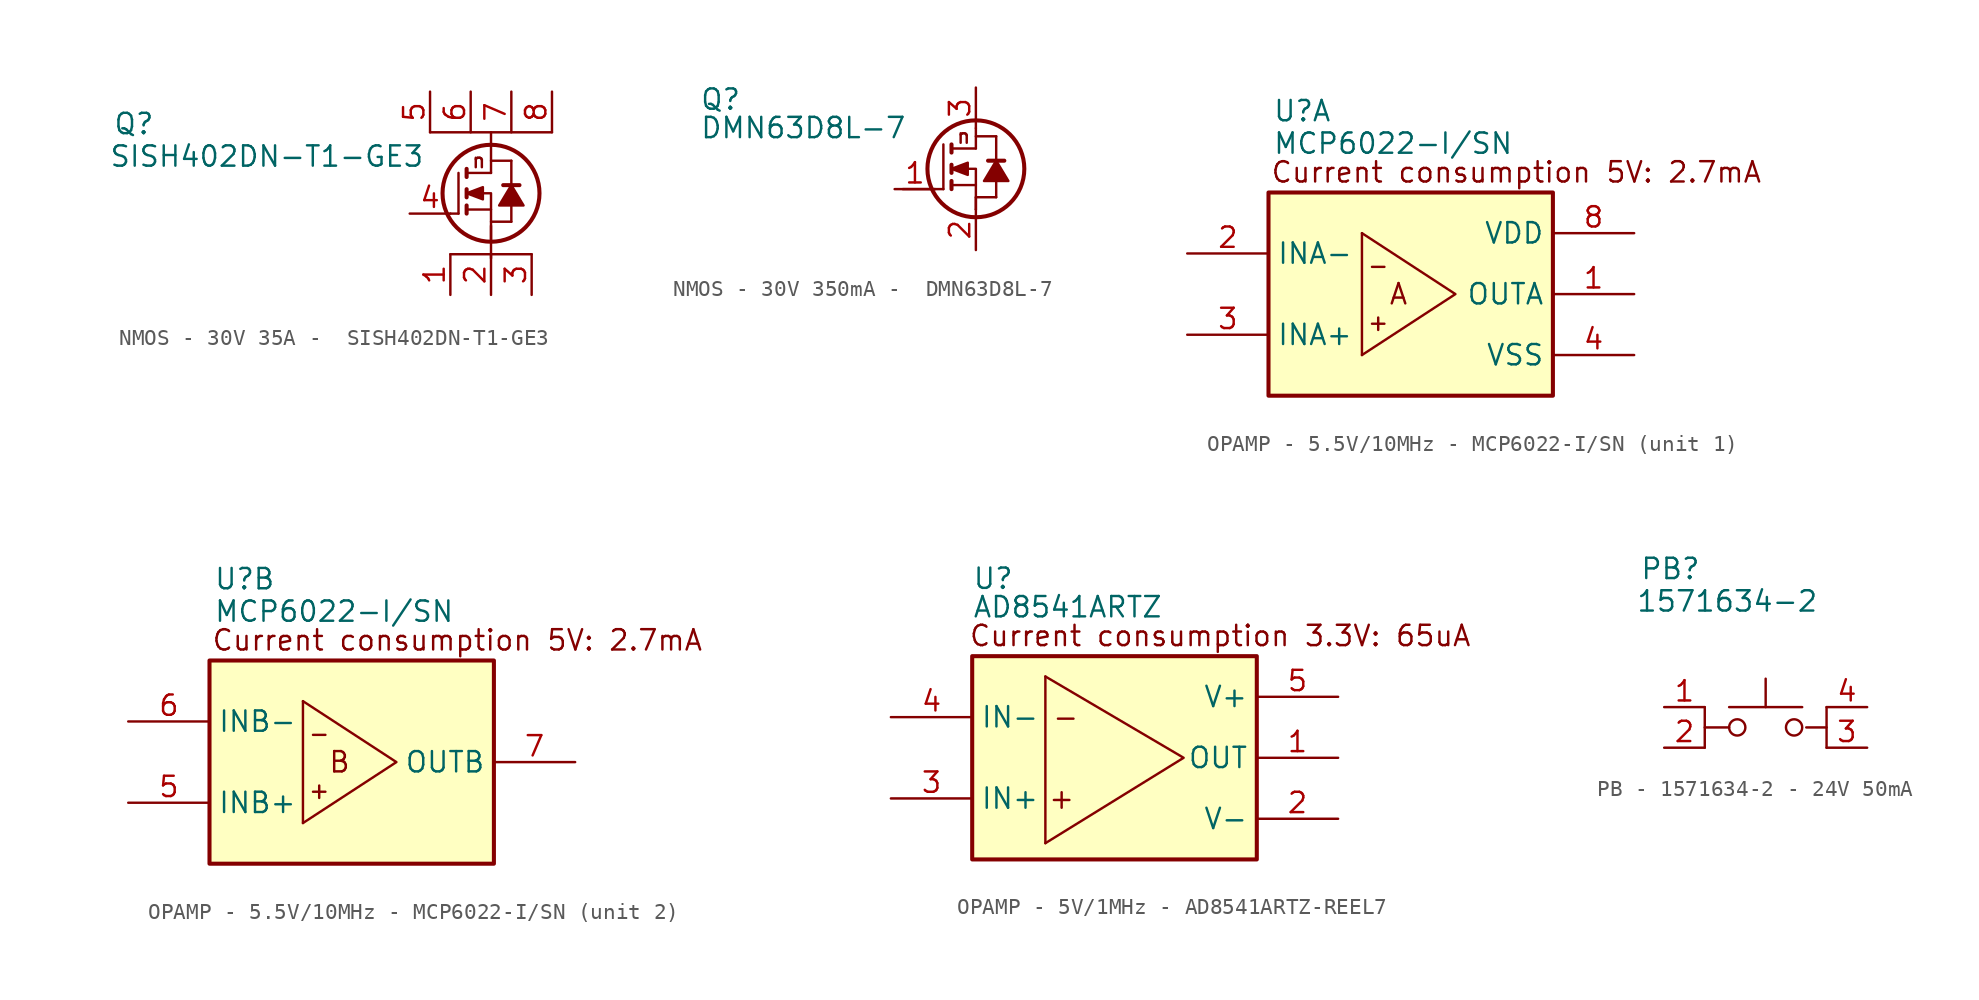
<source format=kicad_sym>
(kicad_symbol_lib
  (version 20241209)
  (generator "kicad_symbol_editor")
  (generator_version "9.0")
  (symbol "NMOS - 30V 35A -  SISH402DN-T1-GE3"
    (pin_names
      (offset 0.254)
      (hide yes))
    (property "Reference" "Q"
      (at -23.622 5.08 0)
      (effects (font (size 1.27 1.27)) (justify left top)))
    (property "Value" "SISH402DN-T1-GE3"
      (at -23.876 3.048 0)
      (effects (font (size 1.27 1.27)) (justify left top)))
    (symbol "NMOS - 30V 35A -  SISH402DN-T1-GE3_0_1"
      (polyline (pts (xy -2.032 -1.27) (xy -2.54 -1.27)) (stroke (width 0) (type default)) (fill (type none)))
      (polyline (pts (xy -1.524 0.254) (xy -1.524 -0.254)) (stroke (width 0.254) (type default)) (fill (type none)))
      (polyline (pts (xy -1.524 0) (xy -0.508 -0.381) (xy -0.508 0.381) (xy -1.524 0)) (stroke (width 0) (type default)) (fill (type outline)))
      (polyline (pts (xy -0.508 1.27) (xy 0 1.27) (xy -1.524 1.27)) (stroke (width 0) (type default)) (fill (type none)))
      (polyline (pts (xy -0.508 -1.016) (xy 0 -1.016) (xy -1.524 -1.016)) (stroke (width 0) (type default)) (fill (type none)))
      (polyline (pts (xy 0 1.27) (xy 0 3.81) (xy 0 2.54)) (stroke (width 0) (type default)) (fill (type none)))
      (circle (center 0 0) (radius 3.029) (stroke (width 0.254) (type default)) (fill (type none)))
      (polyline (pts (xy 0 -2.032) (xy 0 -4.064) (xy 0 -4.064)) (stroke (width 0) (type default)) (fill (type none)))
      (polyline (pts (xy 0 -3.048) (xy 0 0) (xy -1.524 0)) (stroke (width 0) (type default)) (fill (type none)))
      (polyline (pts (xy 0.762 2.032) (xy 1.27 2.032) (xy 0 2.032)) (stroke (width 0) (type default)) (fill (type none)))
      (polyline (pts (xy 0.762 -1.778) (xy 1.27 -1.778) (xy 0 -1.778)) (stroke (width 0) (type default)) (fill (type none)))
      (polyline (pts (xy 1.27 0.508) (xy 1.27 0.508) (xy 1.27 2.032)) (stroke (width 0) (type default)) (fill (type none)))
      (polyline (pts (xy 1.27 0.508) (xy 0.508 -0.762) (xy 2.032 -0.762) (xy 1.27 0.508)) (stroke (width 0) (type default)) (fill (type outline)))
      (polyline (pts (xy 1.27 -1.778) (xy 1.27 -1.778) (xy 1.27 -0.508)) (stroke (width 0) (type default)) (fill (type none)))
      (polyline (pts (xy 2.54 -3.81) (xy 2.54 -3.81) (xy -2.54 -3.81)) (stroke (width 0) (type default)) (fill (type none)))
      (polyline (pts (xy 3.81 3.81) (xy 2.54 3.81) (xy -3.81 3.81)) (stroke (width 0) (type default)) (fill (type none))))
    (symbol "NMOS - 30V 35A -  SISH402DN-T1-GE3_1_1"
      (polyline (pts (xy -2.032 1.27) (xy -2.032 -1.27)) (stroke (width 0) (type default)) (fill (type none)))
      (polyline (pts (xy -1.524 1.524) (xy -1.524 1.016)) (stroke (width 0.254) (type default)) (fill (type none)))
      (polyline (pts (xy -1.524 -0.762) (xy -1.524 -1.27)) (stroke (width 0.254) (type default)) (fill (type none)))
      (polyline (pts (xy 0.762 0.508) (xy 1.016 0.508) (xy 1.778 0.508)) (stroke (width 0.254) (type default)) (fill (type none)))
      (text "n" (at -0.762 2.032 0) (effects (font (size 0.889 0.889))))
      (pin passive line (at -5.08 -1.27 0) (length 2.54) (name "G" (effects (font (size 1.27 1.27)))) (number "4" (effects (font (size 1.27 1.27)))))
      (pin passive line (at -3.81 6.35 270) (length 2.54) (name "D" (effects (font (size 1.27 1.27)))) (number "5" (effects (font (size 1.27 1.27)))))
      (pin passive line (at -2.54 -6.35 90) (length 2.54) (name "S" (effects (font (size 1.27 1.27)))) (number "1" (effects (font (size 1.27 1.27)))))
      (pin passive line (at -1.27 6.35 270) (length 2.54) (name "D" (effects (font (size 1.27 1.27)))) (number "6" (effects (font (size 1.27 1.27)))))
      (pin passive line (at 0 -6.35 90) (length 2.54) (name "S" (effects (font (size 1.27 1.27)))) (number "2" (effects (font (size 1.27 1.27)))))
      (pin passive line (at 1.27 6.35 270) (length 2.54) (name "D" (effects (font (size 1.27 1.27)))) (number "7" (effects (font (size 1.27 1.27)))))
      (pin passive line (at 2.54 -6.35 90) (length 2.54) (name "S" (effects (font (size 1.27 1.27)))) (number "3" (effects (font (size 1.27 1.27)))))
      (pin passive line (at 3.81 6.35 270) (length 2.54) (name "D" (effects (font (size 1.27 1.27)))) (number "8" (effects (font (size 1.27 1.27)))))
      (pin passive line (at 3.81 6.35 270) (length 2.54) (hide yes) (name "D" (effects (font (size 1.27 1.27)))) (number "9" (effects (font (size 1.27 1.27)))))))
  (symbol "NMOS - 30V 350mA -  DMN63D8L-7"
    (pin_names
      (offset 0.254)
      (hide yes))
    (property "Reference" "Q"
      (at -17.272 5.08 0)
      (effects (font (size 1.27 1.27)) (justify left top)))
    (property "Value" "DMN63D8L-7"
      (at -17.272 3.302 0)
      (effects (font (size 1.27 1.27)) (justify left top)))
    (symbol "NMOS - 30V 350mA -  DMN63D8L-7_0_1"
      (polyline (pts (xy -2.032 -1.27) (xy -4.572 -1.27)) (stroke (width 0) (type default)) (fill (type none)))
      (polyline (pts (xy -1.524 0.254) (xy -1.524 -0.254)) (stroke (width 0.254) (type default)) (fill (type none)))
      (polyline (pts (xy -1.524 0) (xy -0.508 -0.381) (xy -0.508 0.381) (xy -1.524 0)) (stroke (width 0) (type default)) (fill (type outline)))
      (polyline (pts (xy -0.508 1.27) (xy 0 1.27) (xy -1.524 1.27)) (stroke (width 0) (type default)) (fill (type none)))
      (polyline (pts (xy -0.508 -1.016) (xy 0 -1.016) (xy -1.524 -1.016)) (stroke (width 0) (type default)) (fill (type none)))
      (polyline (pts (xy 0 1.27) (xy 0 2.54) (xy 0 2.54)) (stroke (width 0) (type default)) (fill (type none)))
      (circle (center 0 0) (radius 3.029) (stroke (width 0.254) (type default)) (fill (type none)))
      (polyline (pts (xy 0 -2.54) (xy 0 0) (xy -1.524 0)) (stroke (width 0) (type default)) (fill (type none)))
      (polyline (pts (xy 0 -2.54) (xy 0 -1.778) (xy 0 -1.778)) (stroke (width 0) (type default)) (fill (type none)))
      (polyline (pts (xy 0.762 2.032) (xy 1.27 2.032) (xy 0 2.032)) (stroke (width 0) (type default)) (fill (type none)))
      (polyline (pts (xy 0.762 -1.778) (xy 1.27 -1.778) (xy 0 -1.778)) (stroke (width 0) (type default)) (fill (type none)))
      (polyline (pts (xy 1.27 0.508) (xy 1.27 0.508) (xy 1.27 2.032)) (stroke (width 0) (type default)) (fill (type none)))
      (polyline (pts (xy 1.27 0.508) (xy 0.508 -0.762) (xy 2.032 -0.762) (xy 1.27 0.508)) (stroke (width 0) (type default)) (fill (type outline)))
      (polyline (pts (xy 1.27 -1.778) (xy 1.27 -1.778) (xy 1.27 -0.508)) (stroke (width 0) (type default)) (fill (type none))))
    (symbol "NMOS - 30V 350mA -  DMN63D8L-7_1_1"
      (polyline (pts (xy -2.032 1.524) (xy -2.032 -1.27)) (stroke (width 0) (type default)) (fill (type none)))
      (polyline (pts (xy -1.524 1.524) (xy -1.524 1.016)) (stroke (width 0.254) (type default)) (fill (type none)))
      (polyline (pts (xy -1.524 -0.762) (xy -1.524 -1.27)) (stroke (width 0.254) (type default)) (fill (type none)))
      (polyline (pts (xy 0.762 0.508) (xy 1.016 0.508) (xy 1.778 0.508)) (stroke (width 0.254) (type default)) (fill (type none)))
      (text "n" (at -0.762 2.032 0) (effects (font (size 0.889 0.889))))
      (pin passive line (at -5.08 -1.27 0) (length 2.54) (name "G" (effects (font (size 1.27 1.27)))) (number "1" (effects (font (size 1.27 1.27)))))
      (pin passive line (at 0 5.08 270) (length 2.54) (name "D" (effects (font (size 1.27 1.27)))) (number "3" (effects (font (size 1.27 1.27)))))
      (pin input line (at 0 -5.08 90) (length 2.54) (name "S" (effects (font (size 1.27 1.27)))) (number "2" (effects (font (size 1.27 1.27)))))))
  (symbol "OPAMP - 5.5V/10MHz - MCP6022-I/SN"
    (property "Reference" "U"
      (at -7.366 12.192 0)
      (effects (font (size 1.27 1.27)) (justify left top)))
    (property "Value" "MCP6022-I/SN"
      (at -7.366 10.16 0)
      (effects (font (size 1.27 1.27)) (justify left top)))
    (property "ki_locked" ""
      (at 0 0 0)
      (effects (font (size 1.27 1.27))))
    (symbol "OPAMP - 5.5V/10MHz - MCP6022-I/SN_0_1"
      (polyline (pts (xy -1.778 3.81) (xy -1.778 -3.81)) (stroke (width 0) (type default)) (fill (type none)))
      (polyline (pts (xy -1.778 3.81) (xy 4.064 0) (xy -1.778 -3.81)) (stroke (width 0) (type default)) (fill (type none))))
    (symbol "OPAMP - 5.5V/10MHz - MCP6022-I/SN_1_1"
      (rectangle (start -7.62 6.35) (end 10.16 -6.35) (stroke (width 0.254) (type default)) (fill (type background)))
      (text "-" (at -0.762 1.778 0) (effects (font (size 1.016 1.016))))
      (text "+" (at -0.762 -1.778 0) (effects (font (size 1.016 1.016))))
      (text "A" (at 0.508 0 0) (effects (font (size 1.27 1.27))))
      (text "Current consumption 5V: 2.7mA" (at 7.874 7.62 0) (effects (font (size 1.27 1.27) (color 132 0 0 1))))
      (pin passive line (at -12.7 2.54 0) (length 5.08) (name "INA-" (effects (font (size 1.27 1.27)))) (number "2" (effects (font (size 1.27 1.27)))))
      (pin passive line (at -12.7 -2.54 0) (length 5.08) (name "INA+" (effects (font (size 1.27 1.27)))) (number "3" (effects (font (size 1.27 1.27)))))
      (pin passive line (at 15.24 3.81 180) (length 5.08) (name "VDD" (effects (font (size 1.27 1.27)))) (number "8" (effects (font (size 1.27 1.27)))))
      (pin passive line (at 15.24 0 180) (length 5.08) (name "OUTA" (effects (font (size 1.27 1.27)))) (number "1" (effects (font (size 1.27 1.27)))))
      (pin passive line (at 15.24 -3.81 180) (length 5.08) (name "VSS" (effects (font (size 1.27 1.27)))) (number "4" (effects (font (size 1.27 1.27))))))
    (symbol "OPAMP - 5.5V/10MHz - MCP6022-I/SN_2_1"
      (rectangle (start -7.62 6.35) (end 10.16 -6.35) (stroke (width 0.254) (type default)) (fill (type background)))
      (text "-" (at -0.762 1.778 0) (effects (font (size 1.016 1.016))))
      (text "+" (at -0.762 -1.778 0) (effects (font (size 1.016 1.016))))
      (text "B" (at 0.508 0 0) (effects (font (size 1.27 1.27))))
      (text "Current consumption 5V: 2.7mA" (at 7.874 7.62 0) (effects (font (size 1.27 1.27) (color 132 0 0 1))))
      (pin passive line (at -12.7 2.54 0) (length 5.08) (name "INB-" (effects (font (size 1.27 1.27)))) (number "6" (effects (font (size 1.27 1.27)))))
      (pin passive line (at -12.7 -2.54 0) (length 5.08) (name "INB+" (effects (font (size 1.27 1.27)))) (number "5" (effects (font (size 1.27 1.27)))))
      (pin passive line (at 15.24 0 180) (length 5.08) (name "OUTB" (effects (font (size 1.27 1.27)))) (number "7" (effects (font (size 1.27 1.27)))))))
  (symbol "OPAMP - 5V/1MHz - AD8541ARTZ-REEL7 "
    (property "Reference" "U"
      (at -8.89 11.938 0)
      (effects (font (size 1.27 1.27)) (justify left top)))
    (property "Value" "AD8541ARTZ"
      (at -8.89 10.16 0)
      (effects (font (size 1.27 1.27)) (justify left top)))
    (symbol "OPAMP - 5V/1MHz - AD8541ARTZ-REEL7 _0_1"
      (polyline (pts (xy -4.318 5.08) (xy -4.318 -5.334)) (stroke (width 0) (type default)) (fill (type none)))
      (polyline (pts (xy -4.318 5.08) (xy 4.318 0) (xy -4.318 -5.334)) (stroke (width 0) (type default)) (fill (type none))))
    (symbol "OPAMP - 5V/1MHz - AD8541ARTZ-REEL7 _1_1"
      (rectangle (start -8.89 6.35) (end 8.89 -6.35) (stroke (width 0.254) (type default)) (fill (type background)))
      (text "+" (at -3.302 -2.54 0) (effects (font (size 1.27 1.27))))
      (text "-" (at -3.048 2.54 0) (effects (font (size 1.27 1.27))))
      (text "Current consumption 3.3V: 65uA" (at 6.604 7.62 0) (effects (font (size 1.27 1.27) (color 132 0 0 1))))
      (pin passive line (at -13.97 2.54 0) (length 5.08) (name "IN-" (effects (font (size 1.27 1.27)))) (number "4" (effects (font (size 1.27 1.27)))))
      (pin passive line (at -13.97 -2.54 0) (length 5.08) (name "IN+" (effects (font (size 1.27 1.27)))) (number "3" (effects (font (size 1.27 1.27)))))
      (pin passive line (at 13.97 3.81 180) (length 5.08) (name "V+" (effects (font (size 1.27 1.27)))) (number "5" (effects (font (size 1.27 1.27)))))
      (pin passive line (at 13.97 0 180) (length 5.08) (name "OUT" (effects (font (size 1.27 1.27)))) (number "1" (effects (font (size 1.27 1.27)))))
      (pin passive line (at 13.97 -3.81 180) (length 5.08) (name "V-" (effects (font (size 1.27 1.27)))) (number "2" (effects (font (size 1.27 1.27)))))))
  (symbol "PB - 1571634-2 - 24V 50mA"
    (pin_names
      (hide yes))
    (property "Reference" "PB"
      (at -7.874 10.668 0)
      (effects (font (size 1.27 1.27)) (justify left top)))
    (property "Value" "1571634-2"
      (at -8.128 8.636 0)
      (effects (font (size 1.27 1.27)) (justify left top)))
    (symbol "PB - 1571634-2 - 24V 50mA_0_1"
      (polyline (pts (xy -3.81 0) (xy -3.81 1.27) (xy -3.81 1.27)) (stroke (width 0) (type default)) (fill (type none)))
      (polyline (pts (xy -3.81 -1.27) (xy -3.81 0) (xy -2.286 0)) (stroke (width 0) (type default)) (fill (type none)))
      (polyline (pts (xy -2.286 1.27) (xy 2.286 1.27)) (stroke (width 0) (type default)) (fill (type none)))
      (circle (center -1.778 0) (radius 0.508) (stroke (width 0) (type default)) (fill (type none)))
      (polyline (pts (xy 0 1.27) (xy 0 3.048)) (stroke (width 0) (type default)) (fill (type none)))
      (circle (center 1.778 0) (radius 0.508) (stroke (width 0) (type default)) (fill (type none)))
      (polyline (pts (xy 3.81 0) (xy 3.81 1.27) (xy 3.81 1.27)) (stroke (width 0) (type default)) (fill (type none)))
      (polyline (pts (xy 3.81 -1.27) (xy 3.81 0) (xy 2.54 0)) (stroke (width 0) (type default)) (fill (type none)))
      (pin passive line (at -6.35 1.27 0) (length 2.54) (name "1" (effects (font (size 1.27 1.27)))) (number "1" (effects (font (size 1.27 1.27)))))
      (pin passive line (at -6.35 -1.27 0) (length 2.54) (name "2" (effects (font (size 1.27 1.27)))) (number "2" (effects (font (size 1.27 1.27)))))
      (pin passive line (at 6.35 1.27 180) (length 2.54) (name "4" (effects (font (size 1.27 1.27)))) (number "4" (effects (font (size 1.27 1.27)))))
      (pin passive line (at 6.35 -1.27 180) (length 2.54) (name "3" (effects (font (size 1.27 1.27)))) (number "3" (effects (font (size 1.27 1.27))))))))
</source>
